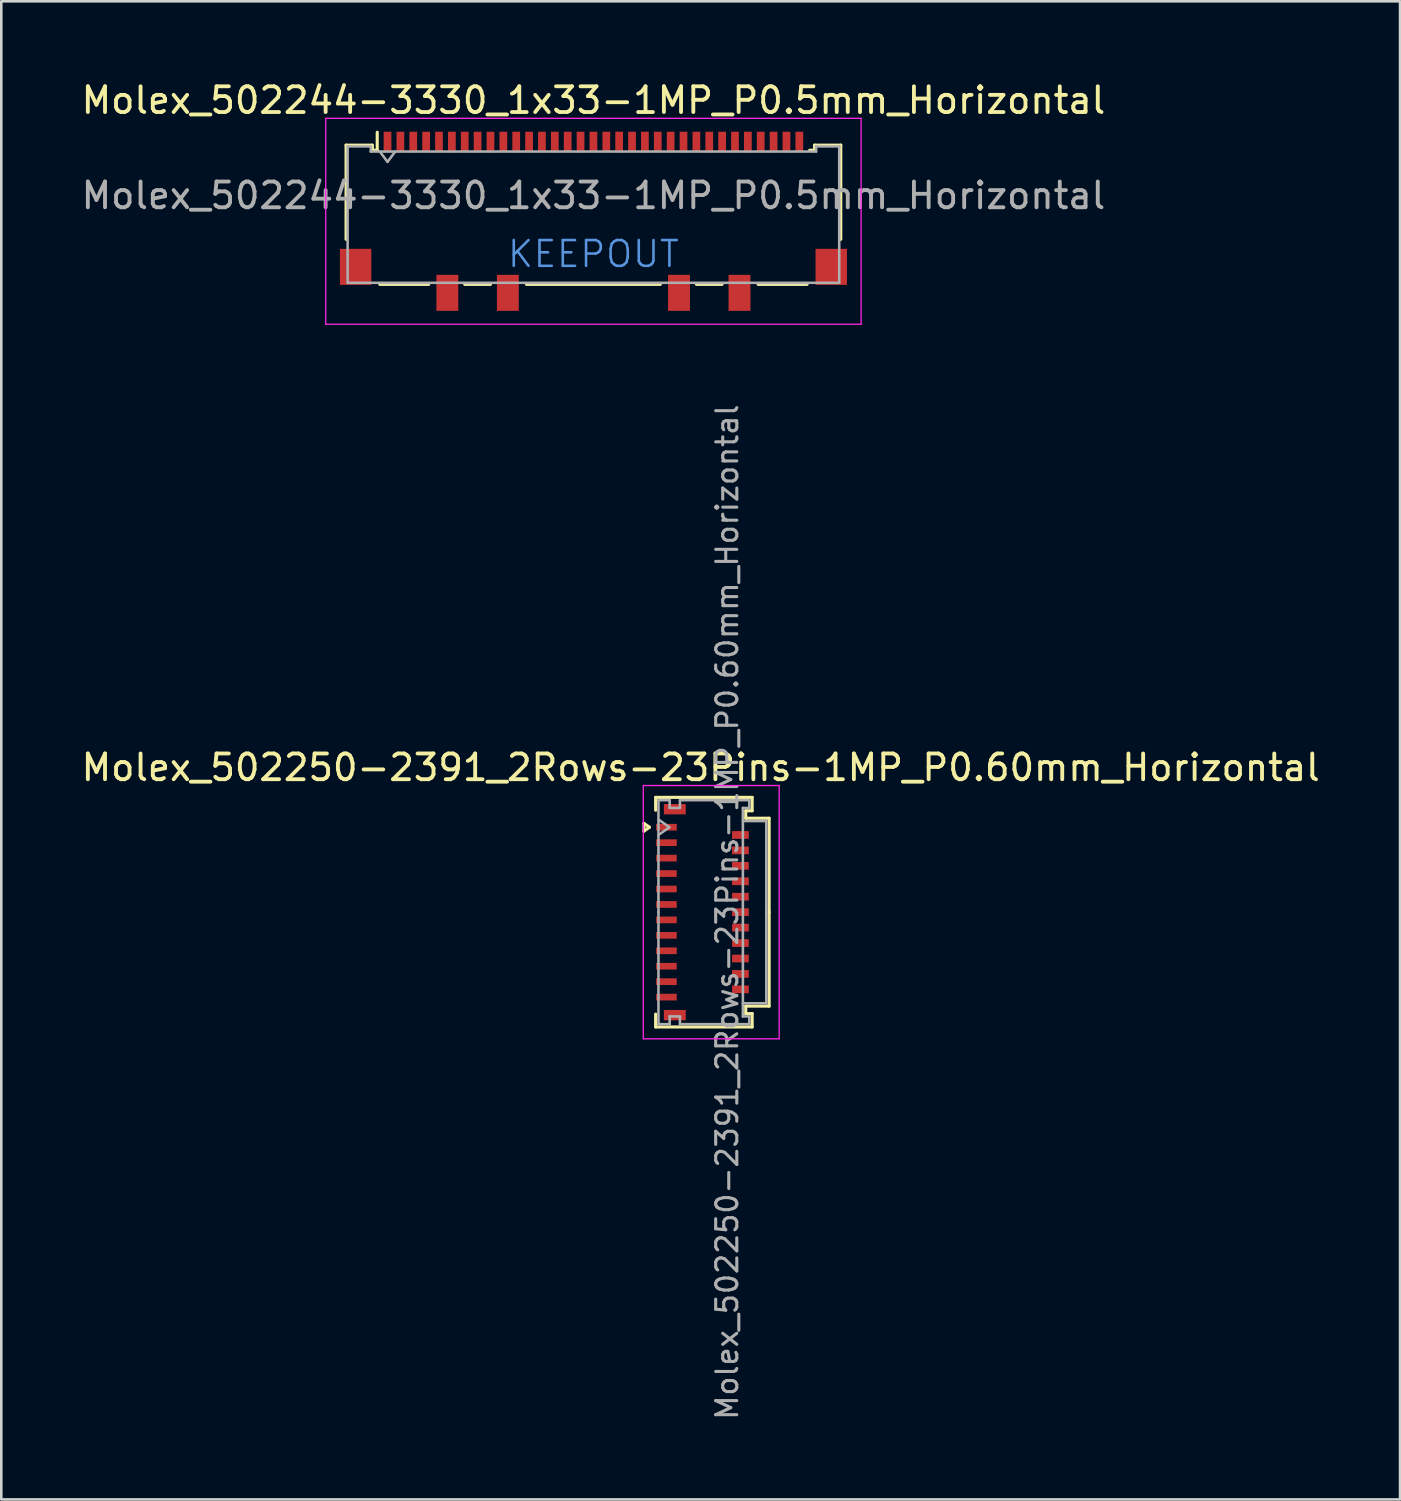
<source format=kicad_pcb>
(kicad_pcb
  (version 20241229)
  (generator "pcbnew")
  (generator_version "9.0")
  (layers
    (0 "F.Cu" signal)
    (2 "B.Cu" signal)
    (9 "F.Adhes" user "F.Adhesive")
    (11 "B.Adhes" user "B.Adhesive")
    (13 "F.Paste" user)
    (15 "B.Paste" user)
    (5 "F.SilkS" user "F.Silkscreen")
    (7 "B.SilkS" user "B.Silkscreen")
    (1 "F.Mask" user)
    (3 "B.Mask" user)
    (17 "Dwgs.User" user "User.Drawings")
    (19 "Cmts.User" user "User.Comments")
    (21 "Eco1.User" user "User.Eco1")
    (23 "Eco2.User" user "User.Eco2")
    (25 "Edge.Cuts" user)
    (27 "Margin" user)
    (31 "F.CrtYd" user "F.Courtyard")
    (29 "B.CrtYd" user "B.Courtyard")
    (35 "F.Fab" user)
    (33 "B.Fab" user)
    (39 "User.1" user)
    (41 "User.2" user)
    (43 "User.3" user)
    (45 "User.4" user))
  (footprint "Molex_502250-2391_2Rows-23Pins-1MP_P0.60mm_Horizontal"
    (layer "F.Cu")
    (at 24.243 32.39)
    (property "Reference" "Molex_502250-2391_2Rows-23Pins-1MP_P0.60mm_Horizontal" (at -0.07 -5.62 0) (layer "F.SilkS") (effects (font (size 1 1) (thickness 0.15))))
    (attr smd)
    (fp_line (start -2.272 -3.45) (end -2.06 -3.3) (stroke (width 0.12) (type solid)) (layer "F.SilkS"))
    (fp_line (start -2.272 -3.15) (end -2.272 -3.45) (stroke (width 0.12) (type solid)) (layer "F.SilkS"))
    (fp_line (start -2.06 -3.3) (end -2.272 -3.15) (stroke (width 0.12) (type solid)) (layer "F.SilkS"))
    (fp_line (start -1.82 -4.46) (end 1.93 -4.46) (stroke (width 0.12) (type solid)) (layer "F.SilkS"))
    (fp_line (start -1.82 -3.96) (end -1.82 -4.46) (stroke (width 0.12) (type solid)) (layer "F.SilkS"))
    (fp_line (start -1.82 3.96) (end -1.82 4.46) (stroke (width 0.12) (type solid)) (layer "F.SilkS"))
    (fp_line (start -1.82 4.46) (end 1.93 4.46) (stroke (width 0.12) (type solid)) (layer "F.SilkS"))
    (fp_line (start 1.68 -3.94) (end 1.68 -3.65) (stroke (width 0.12) (type solid)) (layer "F.SilkS"))
    (fp_line (start 1.68 -3.65) (end 2.59 -3.65) (stroke (width 0.12) (type solid)) (layer "F.SilkS"))
    (fp_line (start 1.68 3.65) (end 2.59 3.65) (stroke (width 0.12) (type solid)) (layer "F.SilkS"))
    (fp_line (start 1.68 3.94) (end 1.68 3.65) (stroke (width 0.12) (type solid)) (layer "F.SilkS"))
    (fp_line (start 1.93 -4.46) (end 1.93 -3.94) (stroke (width 0.12) (type solid)) (layer "F.SilkS"))
    (fp_line (start 1.93 -3.94) (end 1.68 -3.94) (stroke (width 0.12) (type solid)) (layer "F.SilkS"))
    (fp_line (start 1.93 3.94) (end 1.68 3.94) (stroke (width 0.12) (type solid)) (layer "F.SilkS"))
    (fp_line (start 1.93 4.46) (end 1.93 3.94) (stroke (width 0.12) (type solid)) (layer "F.SilkS"))
    (fp_line (start 2.59 -3.65) (end 2.59 0) (stroke (width 0.12) (type solid)) (layer "F.SilkS"))
    (fp_line (start 2.59 3.65) (end 2.59 0) (stroke (width 0.12) (type solid)) (layer "F.SilkS"))
    (fp_line (start -2.3 -4.92) (end -2.3 4.92) (stroke (width 0.05) (type solid)) (layer "F.CrtYd"))
    (fp_line (start -2.3 4.92) (end 2.98 4.92) (stroke (width 0.05) (type solid)) (layer "F.CrtYd"))
    (fp_line (start 2.98 -4.92) (end -2.3 -4.92) (stroke (width 0.05) (type solid)) (layer "F.CrtYd"))
    (fp_line (start 2.98 4.92) (end 2.98 -4.92) (stroke (width 0.05) (type solid)) (layer "F.CrtYd"))
    (fp_line (start -1.71 -4.35) (end -1.275 -4.35) (stroke (width 0.1) (type solid)) (layer "F.Fab"))
    (fp_line (start -1.71 -3.6) (end -1.286 -3.3) (stroke (width 0.1) (type solid)) (layer "F.Fab"))
    (fp_line (start -1.71 0) (end -1.71 -4.35) (stroke (width 0.1) (type solid)) (layer "F.Fab"))
    (fp_line (start -1.71 0) (end -1.71 4.35) (stroke (width 0.1) (type solid)) (layer "F.Fab"))
    (fp_line (start -1.71 4.35) (end -1.275 4.35) (stroke (width 0.1) (type solid)) (layer "F.Fab"))
    (fp_line (start -1.286 -3.3) (end -1.71 -3) (stroke (width 0.1) (type solid)) (layer "F.Fab"))
    (fp_line (start -1.275 -4.35) (end -1.275 -4.05) (stroke (width 0.1) (type solid)) (layer "F.Fab"))
    (fp_line (start -1.275 -4.05) (end -0.875 -4.05) (stroke (width 0.1) (type solid)) (layer "F.Fab"))
    (fp_line (start -1.275 4.05) (end -0.875 4.05) (stroke (width 0.1) (type solid)) (layer "F.Fab"))
    (fp_line (start -1.275 4.35) (end -1.275 4.05) (stroke (width 0.1) (type solid)) (layer "F.Fab"))
    (fp_line (start -0.875 -4.35) (end 1.82 -4.35) (stroke (width 0.1) (type solid)) (layer "F.Fab"))
    (fp_line (start -0.875 -4.05) (end -0.875 -4.35) (stroke (width 0.1) (type solid)) (layer "F.Fab"))
    (fp_line (start -0.875 4.05) (end -0.875 4.35) (stroke (width 0.1) (type solid)) (layer "F.Fab"))
    (fp_line (start -0.875 4.35) (end 1.82 4.35) (stroke (width 0.1) (type solid)) (layer "F.Fab"))
    (fp_line (start 1.57 -4.05) (end 1.57 0) (stroke (width 0.1) (type solid)) (layer "F.Fab"))
    (fp_line (start 1.57 -3.54) (end 2.48 -3.54) (stroke (width 0.1) (type solid)) (layer "F.Fab"))
    (fp_line (start 1.57 4.05) (end 1.57 0) (stroke (width 0.1) (type solid)) (layer "F.Fab"))
    (fp_line (start 1.82 -4.35) (end 1.82 -4.05) (stroke (width 0.1) (type solid)) (layer "F.Fab"))
    (fp_line (start 1.82 -4.05) (end 1.57 -4.05) (stroke (width 0.1) (type solid)) (layer "F.Fab"))
    (fp_line (start 1.82 4.05) (end 1.57 4.05) (stroke (width 0.1) (type solid)) (layer "F.Fab"))
    (fp_line (start 1.82 4.35) (end 1.82 4.05) (stroke (width 0.1) (type solid)) (layer "F.Fab"))
    (fp_line (start 2.48 -3.54) (end 2.48 3.54) (stroke (width 0.1) (type solid)) (layer "F.Fab"))
    (fp_line (start 2.48 3.54) (end 1.57 3.54) (stroke (width 0.1) (type solid)) (layer "F.Fab"))
    (fp_text user "${REFERENCE}" (at 0.96 0 90) (layer "F.Fab") (effects (font (size 0.82 0.82) (thickness 0.12))))
    (pad "1" smd rect (at -1.4 -3.3) (size 0.8 0.26) (layers "F.Cu" "F.Mask" "F.Paste"))
    (pad "2" smd rect (at 1.475 -3) (size 0.65 0.3) (layers "F.Cu" "F.Mask" "F.Paste"))
    (pad "3" smd rect (at -1.4 -2.7) (size 0.8 0.26) (layers "F.Cu" "F.Mask" "F.Paste"))
    (pad "4" smd rect (at 1.475 -2.4) (size 0.65 0.3) (layers "F.Cu" "F.Mask" "F.Paste"))
    (pad "5" smd rect (at -1.4 -2.1) (size 0.8 0.26) (layers "F.Cu" "F.Mask" "F.Paste"))
    (pad "6" smd rect (at 1.475 -1.8) (size 0.65 0.3) (layers "F.Cu" "F.Mask" "F.Paste"))
    (pad "7" smd rect (at -1.4 -1.5) (size 0.8 0.26) (layers "F.Cu" "F.Mask" "F.Paste"))
    (pad "8" smd rect (at 1.475 -1.2) (size 0.65 0.3) (layers "F.Cu" "F.Mask" "F.Paste"))
    (pad "9" smd rect (at -1.4 -0.9) (size 0.8 0.26) (layers "F.Cu" "F.Mask" "F.Paste"))
    (pad "10" smd rect (at 1.475 -0.6) (size 0.65 0.3) (layers "F.Cu" "F.Mask" "F.Paste"))
    (pad "11" smd rect (at -1.4 -0.3) (size 0.8 0.26) (layers "F.Cu" "F.Mask" "F.Paste"))
    (pad "12" smd rect (at 1.475 0) (size 0.65 0.3) (layers "F.Cu" "F.Mask" "F.Paste"))
    (pad "13" smd rect (at -1.4 0.3) (size 0.8 0.26) (layers "F.Cu" "F.Mask" "F.Paste"))
    (pad "14" smd rect (at 1.475 0.6) (size 0.65 0.3) (layers "F.Cu" "F.Mask" "F.Paste"))
    (pad "15" smd rect (at -1.4 0.9) (size 0.8 0.26) (layers "F.Cu" "F.Mask" "F.Paste"))
    (pad "16" smd rect (at 1.475 1.2) (size 0.65 0.3) (layers "F.Cu" "F.Mask" "F.Paste"))
    (pad "17" smd rect (at -1.4 1.5) (size 0.8 0.26) (layers "F.Cu" "F.Mask" "F.Paste"))
    (pad "18" smd rect (at 1.475 1.8) (size 0.65 0.3) (layers "F.Cu" "F.Mask" "F.Paste"))
    (pad "19" smd rect (at -1.4 2.1) (size 0.8 0.26) (layers "F.Cu" "F.Mask" "F.Paste"))
    (pad "20" smd rect (at 1.475 2.4) (size 0.65 0.3) (layers "F.Cu" "F.Mask" "F.Paste"))
    (pad "21" smd rect (at -1.4 2.7) (size 0.8 0.26) (layers "F.Cu" "F.Mask" "F.Paste"))
    (pad "22" smd rect (at 1.475 3) (size 0.65 0.3) (layers "F.Cu" "F.Mask" "F.Paste"))
    (pad "23" smd rect (at -1.4 3.3) (size 0.8 0.26) (layers "F.Cu" "F.Mask" "F.Paste"))
    (pad "MP" smd rect (at -1.075 -4) (size 0.85 0.4) (layers "F.Cu" "F.Mask" "F.Paste"))
    (pad "MP" smd rect (at -1.075 4) (size 0.85 0.4) (layers "F.Cu" "F.Mask" "F.Paste")))
  (footprint "Molex_502244-3330_1x33-1MP_P0.5mm_Horizontal"
    (layer "F.Cu")
    (at 20.006 5.548)
    (property "Reference" "Molex_502244-3330_1x33-1MP_P0.5mm_Horizontal" (at 0 -4.7 0) (layer "F.SilkS") (effects (font (size 1 1) (thickness 0.15))))
    (attr smd)
    (fp_line (start -9.61 -2.96) (end -8.6 -2.96) (stroke (width 0.12) (type solid)) (layer "F.SilkS"))
    (fp_line (start -9.61 0.7) (end -9.61 -2.96) (stroke (width 0.12) (type solid)) (layer "F.SilkS"))
    (fp_line (start -8.59 -2.76) (end -8.59 -2.96) (stroke (width 0.12) (type solid)) (layer "F.SilkS"))
    (fp_line (start -8.59 -2.76) (end -8.4 -2.76) (stroke (width 0.12) (type solid)) (layer "F.SilkS"))
    (fp_line (start -8.4 -2.76) (end -8.4 -3.46) (stroke (width 0.12) (type solid)) (layer "F.SilkS"))
    (fp_line (start -8.3 2.45) (end -6.4 2.45) (stroke (width 0.12) (type solid)) (layer "F.SilkS"))
    (fp_line (start -4 2.45) (end -5 2.45) (stroke (width 0.12) (type solid)) (layer "F.SilkS"))
    (fp_line (start -2.6 2.45) (end 2.6 2.45) (stroke (width 0.12) (type solid)) (layer "F.SilkS"))
    (fp_line (start 4 2.45) (end 5 2.45) (stroke (width 0.12) (type solid)) (layer "F.SilkS"))
    (fp_line (start 6.4 2.45) (end 8.3 2.45) (stroke (width 0.12) (type solid)) (layer "F.SilkS"))
    (fp_line (start 8.59 -2.96) (end 8.59 -2.76) (stroke (width 0.12) (type solid)) (layer "F.SilkS"))
    (fp_line (start 8.59 -2.76) (end 8.4 -2.76) (stroke (width 0.12) (type solid)) (layer "F.SilkS"))
    (fp_line (start 8.6 -2.96) (end 9.61 -2.96) (stroke (width 0.12) (type solid)) (layer "F.SilkS"))
    (fp_line (start 9.61 -2.96) (end 9.61 0.7) (stroke (width 0.12) (type solid)) (layer "F.SilkS"))
    (fp_line (start -10.4 -4) (end 10.4 -4) (stroke (width 0.05) (type solid)) (layer "F.CrtYd"))
    (fp_line (start -10.4 4) (end -10.4 -4) (stroke (width 0.05) (type solid)) (layer "F.CrtYd"))
    (fp_line (start 10.4 -4) (end 10.4 4) (stroke (width 0.05) (type solid)) (layer "F.CrtYd"))
    (fp_line (start 10.4 4) (end -10.4 4) (stroke (width 0.05) (type solid)) (layer "F.CrtYd"))
    (fp_line (start -9.55 -2.91) (end -9.55 2.39) (stroke (width 0.1) (type solid)) (layer "F.Fab"))
    (fp_line (start -9.55 2.39) (end 9.55 2.39) (stroke (width 0.1) (type solid)) (layer "F.Fab"))
    (fp_line (start -8.65 -2.91) (end -9.55 -2.91) (stroke (width 0.1) (type solid)) (layer "F.Fab"))
    (fp_line (start -8.65 -2.71) (end -8.65 -2.91) (stroke (width 0.1) (type solid)) (layer "F.Fab"))
    (fp_line (start -8.3 -2.71) (end -8 -2.31) (stroke (width 0.1) (type solid)) (layer "F.Fab"))
    (fp_line (start -8 -2.31) (end -7.7 -2.71) (stroke (width 0.1) (type solid)) (layer "F.Fab"))
    (fp_line (start 8.65 -2.91) (end 8.65 -2.71) (stroke (width 0.1) (type solid)) (layer "F.Fab"))
    (fp_line (start 8.65 -2.71) (end -8.65 -2.71) (stroke (width 0.1) (type solid)) (layer "F.Fab"))
    (fp_line (start 9.55 -2.91) (end 8.65 -2.91) (stroke (width 0.1) (type solid)) (layer "F.Fab"))
    (fp_line (start 9.55 -2.91) (end 9.55 2.39) (stroke (width 0.1) (type solid)) (layer "F.Fab"))
    (fp_text user "KEEPOUT" (at 0 1.271 0) (layer "Cmts.User") (effects (font (size 1 1) (thickness 0.1))))
    (fp_text user "${REFERENCE}" (at 0 -1 0) (layer "F.Fab") (effects (font (size 1 1) (thickness 0.15))))
    (pad "1" smd rect (at -8 -3.08) (size 0.3 0.8) (layers "F.Cu" "F.Mask" "F.Paste"))
    (pad "2" smd rect (at -7.5 -3.08) (size 0.3 0.8) (layers "F.Cu" "F.Mask" "F.Paste"))
    (pad "3" smd rect (at -7 -3.08) (size 0.3 0.8) (layers "F.Cu" "F.Mask" "F.Paste"))
    (pad "4" smd rect (at -6.5 -3.08) (size 0.3 0.8) (layers "F.Cu" "F.Mask" "F.Paste"))
    (pad "5" smd rect (at -6 -3.08) (size 0.3 0.8) (layers "F.Cu" "F.Mask" "F.Paste"))
    (pad "6" smd rect (at -5.5 -3.08) (size 0.3 0.8) (layers "F.Cu" "F.Mask" "F.Paste"))
    (pad "7" smd rect (at -5 -3.08) (size 0.3 0.8) (layers "F.Cu" "F.Mask" "F.Paste"))
    (pad "8" smd rect (at -4.5 -3.08) (size 0.3 0.8) (layers "F.Cu" "F.Mask" "F.Paste"))
    (pad "9" smd rect (at -4 -3.08) (size 0.3 0.8) (layers "F.Cu" "F.Mask" "F.Paste"))
    (pad "10" smd rect (at -3.5 -3.08) (size 0.3 0.8) (layers "F.Cu" "F.Mask" "F.Paste"))
    (pad "11" smd rect (at -3 -3.08) (size 0.3 0.8) (layers "F.Cu" "F.Mask" "F.Paste"))
    (pad "12" smd rect (at -2.5 -3.08) (size 0.3 0.8) (layers "F.Cu" "F.Mask" "F.Paste"))
    (pad "13" smd rect (at -2 -3.08) (size 0.3 0.8) (layers "F.Cu" "F.Mask" "F.Paste"))
    (pad "14" smd rect (at -1.5 -3.08) (size 0.3 0.8) (layers "F.Cu" "F.Mask" "F.Paste"))
    (pad "15" smd rect (at -1 -3.08) (size 0.3 0.8) (layers "F.Cu" "F.Mask" "F.Paste"))
    (pad "16" smd rect (at -0.5 -3.08) (size 0.3 0.8) (layers "F.Cu" "F.Mask" "F.Paste"))
    (pad "17" smd rect (at 0 -3.08) (size 0.3 0.8) (layers "F.Cu" "F.Mask" "F.Paste"))
    (pad "18" smd rect (at 0.5 -3.08) (size 0.3 0.8) (layers "F.Cu" "F.Mask" "F.Paste"))
    (pad "19" smd rect (at 1 -3.08) (size 0.3 0.8) (layers "F.Cu" "F.Mask" "F.Paste"))
    (pad "20" smd rect (at 1.5 -3.08) (size 0.3 0.8) (layers "F.Cu" "F.Mask" "F.Paste"))
    (pad "21" smd rect (at 2 -3.08) (size 0.3 0.8) (layers "F.Cu" "F.Mask" "F.Paste"))
    (pad "22" smd rect (at 2.5 -3.08) (size 0.3 0.8) (layers "F.Cu" "F.Mask" "F.Paste"))
    (pad "23" smd rect (at 3 -3.08) (size 0.3 0.8) (layers "F.Cu" "F.Mask" "F.Paste"))
    (pad "24" smd rect (at 3.5 -3.08) (size 0.3 0.8) (layers "F.Cu" "F.Mask" "F.Paste"))
    (pad "25" smd rect (at 4 -3.08) (size 0.3 0.8) (layers "F.Cu" "F.Mask" "F.Paste"))
    (pad "26" smd rect (at 4.5 -3.08) (size 0.3 0.8) (layers "F.Cu" "F.Mask" "F.Paste"))
    (pad "27" smd rect (at 5 -3.08) (size 0.3 0.8) (layers "F.Cu" "F.Mask" "F.Paste"))
    (pad "28" smd rect (at 5.5 -3.08) (size 0.3 0.8) (layers "F.Cu" "F.Mask" "F.Paste"))
    (pad "29" smd rect (at 6 -3.08) (size 0.3 0.8) (layers "F.Cu" "F.Mask" "F.Paste"))
    (pad "30" smd rect (at 6.5 -3.08) (size 0.3 0.8) (layers "F.Cu" "F.Mask" "F.Paste"))
    (pad "31" smd rect (at 7 -3.08) (size 0.3 0.8) (layers "F.Cu" "F.Mask" "F.Paste"))
    (pad "32" smd rect (at 7.5 -3.08) (size 0.3 0.8) (layers "F.Cu" "F.Mask" "F.Paste"))
    (pad "33" smd rect (at 8 -3.08) (size 0.3 0.8) (layers "F.Cu" "F.Mask" "F.Paste"))
    (pad "MP" smd rect (at -9.24 1.77) (size 1.22 1.4) (layers "F.Cu" "F.Mask" "F.Paste"))
    (pad "MP" smd rect (at -5.675 2.78) (size 0.85 1.4) (layers "F.Cu" "F.Mask" "F.Paste"))
    (pad "MP" smd rect (at -3.325 2.78) (size 0.85 1.4) (layers "F.Cu" "F.Mask" "F.Paste"))
    (pad "MP" smd rect (at 3.325 2.78) (size 0.85 1.4) (layers "F.Cu" "F.Mask" "F.Paste"))
    (pad "MP" smd rect (at 5.675 2.78) (size 0.85 1.4) (layers "F.Cu" "F.Mask" "F.Paste"))
    (pad "MP" smd rect (at 9.24 1.77) (size 1.22 1.4) (layers "F.Cu" "F.Mask" "F.Paste"))
    (zone (net_name "") (layer "F.Cu") (hatch full 0.508) (connect_pads) (min_thickness 0.254) (filled_areas_thickness no) (keepout (tracks not_allowed) (vias not_allowed) (pads not_allowed) (copperpour not_allowed) (footprints not_allowed)) (placement (enabled no)) (fill) (polygon (pts (xy 20.006 8.058) (xy 17.106 8.058) (xy 17.106 7.628) (xy 16.256 7.628) (xy 16.256 8.058) (xy 14.756 8.058) (xy 14.756 7.628) (xy 13.906 7.628) (xy 13.906 8.058) (xy 11.376 8.058) (xy 11.376 5.508) (xy 20.006 5.508))))
    (zone (net_name "") (layer "F.Cu") (hatch full 0.508) (connect_pads) (min_thickness 0.254) (filled_areas_thickness no) (keepout (tracks not_allowed) (vias not_allowed) (pads not_allowed) (copperpour not_allowed) (footprints not_allowed)) (placement (enabled no)) (fill) (polygon (pts (xy 20.006 8.058) (xy 22.906 8.058) (xy 22.906 7.628) (xy 23.756 7.628) (xy 23.756 8.058) (xy 25.256 8.058) (xy 25.256 7.628) (xy 26.106 7.628) (xy 26.106 8.058) (xy 28.636 8.058) (xy 28.636 5.508) (xy 20.006 5.508)))))
  (gr_rect
    (start -3 -3)
    (end 51.345 55.207)
    (stroke (width 0.1) (type default))
    (fill no)
    (layer "Edge.Cuts")))
</source>
